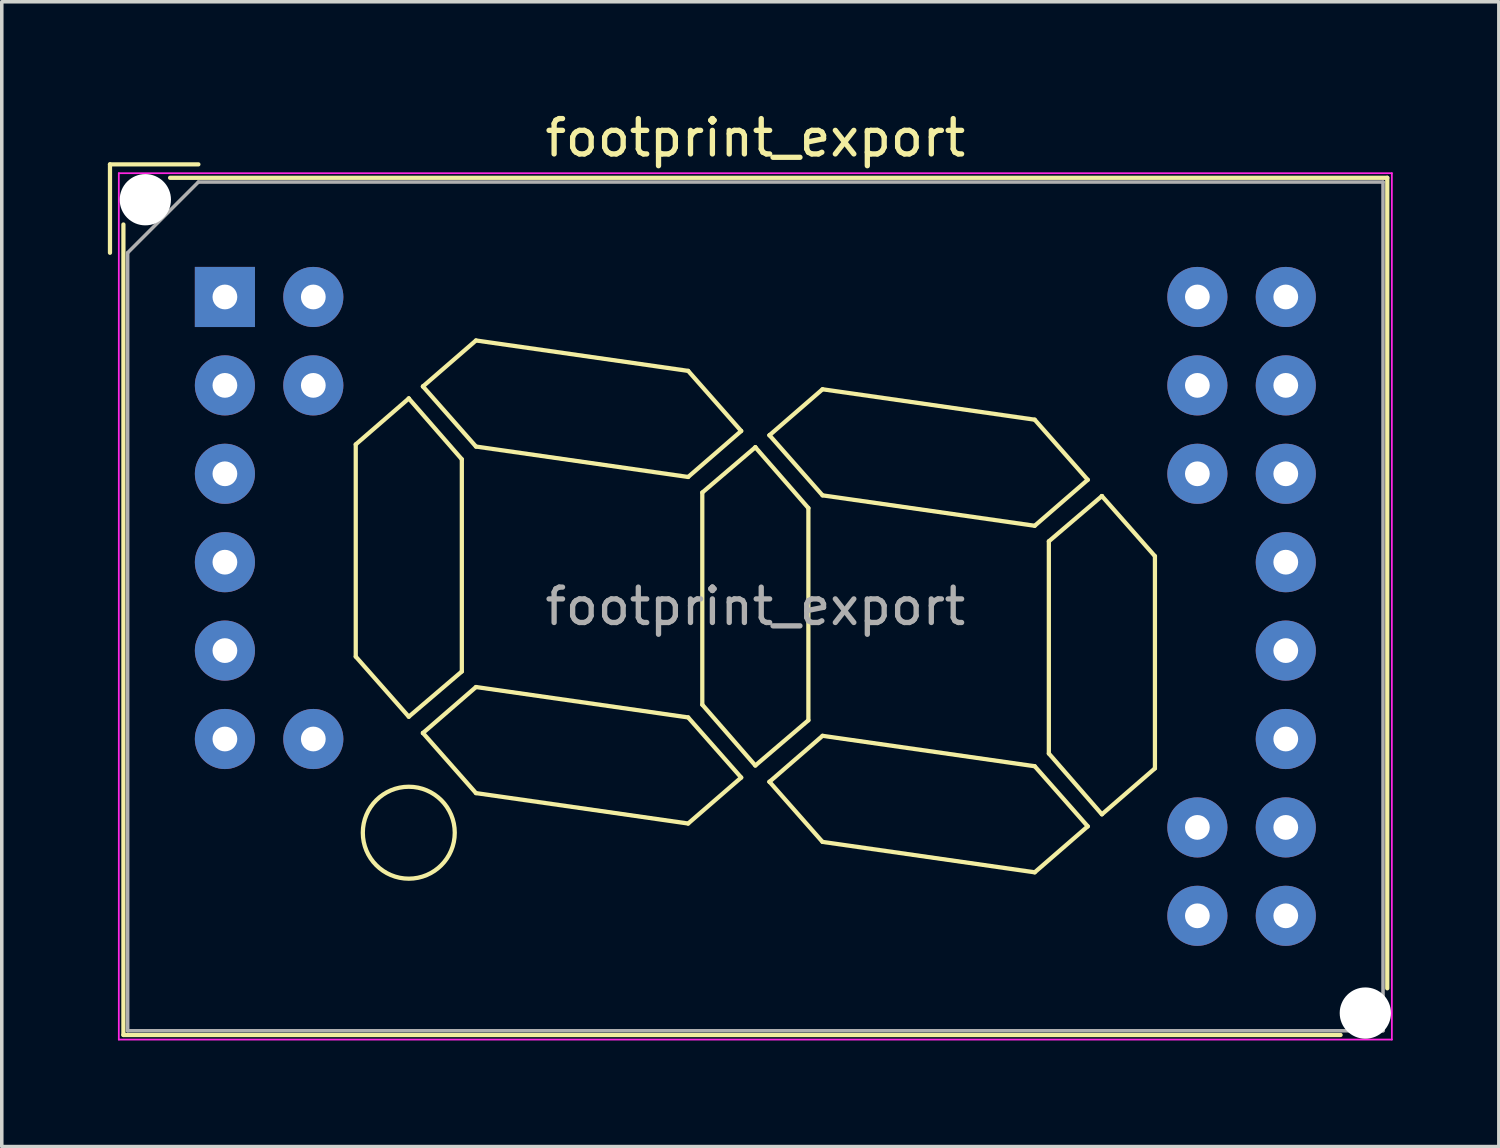
<source format=kicad_pcb>
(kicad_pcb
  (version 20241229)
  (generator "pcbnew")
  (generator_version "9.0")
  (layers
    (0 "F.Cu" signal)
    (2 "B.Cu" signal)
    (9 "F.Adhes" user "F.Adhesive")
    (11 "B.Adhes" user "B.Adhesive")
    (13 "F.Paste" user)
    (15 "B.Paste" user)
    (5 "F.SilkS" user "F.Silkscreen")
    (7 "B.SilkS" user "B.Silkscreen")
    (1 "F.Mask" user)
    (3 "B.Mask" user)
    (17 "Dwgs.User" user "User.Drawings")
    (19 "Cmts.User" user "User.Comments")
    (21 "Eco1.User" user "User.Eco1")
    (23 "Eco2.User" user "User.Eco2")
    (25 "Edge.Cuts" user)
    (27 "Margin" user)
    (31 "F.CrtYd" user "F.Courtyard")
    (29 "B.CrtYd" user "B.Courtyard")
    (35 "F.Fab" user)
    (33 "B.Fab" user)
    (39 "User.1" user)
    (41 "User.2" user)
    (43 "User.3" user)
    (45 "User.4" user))
  (footprint "footprint_export"
    (layer "F.Cu")
    (at 3.31 5.348)
    (property "Reference" "footprint_export" (at 15 -4.5 0) (layer "F.SilkS") (effects (font (size 1 1) (thickness 0.15))))
    (attr through_hole)
    (fp_line (start -3.25 -3.75) (end -0.75 -3.75) (stroke (width 0.12) (type solid)) (layer "F.SilkS"))
    (fp_line (start -3.25 -1.25) (end -3.25 -3.75) (stroke (width 0.12) (type solid)) (layer "F.SilkS"))
    (fp_line (start -2.87 20.87) (end -2.87 -2.05) (stroke (width 0.12) (type solid)) (layer "F.SilkS"))
    (fp_line (start -1.55 -3.37) (end 32.87 -3.37) (stroke (width 0.12) (type solid)) (layer "F.SilkS"))
    (fp_line (start 3.7 4.17) (end 5.2 2.87) (stroke (width 0.12) (type solid)) (layer "F.SilkS"))
    (fp_line (start 3.7 10.17) (end 3.7 4.17) (stroke (width 0.12) (type solid)) (layer "F.SilkS"))
    (fp_line (start 5.2 2.87) (end 5.2 2.87) (stroke (width 0.12) (type solid)) (layer "F.SilkS"))
    (fp_line (start 5.2 2.87) (end 6.7 4.59) (stroke (width 0.12) (type solid)) (layer "F.SilkS"))
    (fp_line (start 5.2 11.87) (end 3.7 10.17) (stroke (width 0.12) (type solid)) (layer "F.SilkS"))
    (fp_line (start 5.6 2.53) (end 5.6 2.53) (stroke (width 0.12) (type solid)) (layer "F.SilkS"))
    (fp_line (start 5.6 2.53) (end 7.1 4.23) (stroke (width 0.12) (type solid)) (layer "F.SilkS"))
    (fp_line (start 5.6 12.33) (end 5.6 12.33) (stroke (width 0.12) (type solid)) (layer "F.SilkS"))
    (fp_line (start 5.6 12.33) (end 7.1 14.03) (stroke (width 0.12) (type solid)) (layer "F.SilkS"))
    (fp_line (start 6.7 4.59) (end 6.7 10.59) (stroke (width 0.12) (type solid)) (layer "F.SilkS"))
    (fp_line (start 6.7 10.59) (end 5.2 11.87) (stroke (width 0.12) (type solid)) (layer "F.SilkS"))
    (fp_line (start 7.1 1.23) (end 5.6 2.53) (stroke (width 0.12) (type solid)) (layer "F.SilkS"))
    (fp_line (start 7.1 4.23) (end 13.1 5.09) (stroke (width 0.12) (type solid)) (layer "F.SilkS"))
    (fp_line (start 7.1 11.03) (end 5.6 12.33) (stroke (width 0.12) (type solid)) (layer "F.SilkS"))
    (fp_line (start 7.1 14.03) (end 13.1 14.89) (stroke (width 0.12) (type solid)) (layer "F.SilkS"))
    (fp_line (start 13.1 2.09) (end 7.1 1.23) (stroke (width 0.12) (type solid)) (layer "F.SilkS"))
    (fp_line (start 13.1 5.09) (end 14.6 3.79) (stroke (width 0.12) (type solid)) (layer "F.SilkS"))
    (fp_line (start 13.1 11.89) (end 7.1 11.03) (stroke (width 0.12) (type solid)) (layer "F.SilkS"))
    (fp_line (start 13.1 14.89) (end 14.6 13.59) (stroke (width 0.12) (type solid)) (layer "F.SilkS"))
    (fp_line (start 13.5 5.53) (end 15 4.25) (stroke (width 0.12) (type solid)) (layer "F.SilkS"))
    (fp_line (start 13.5 11.53) (end 13.5 5.53) (stroke (width 0.12) (type solid)) (layer "F.SilkS"))
    (fp_line (start 14.6 3.79) (end 13.1 2.09) (stroke (width 0.12) (type solid)) (layer "F.SilkS"))
    (fp_line (start 14.6 13.59) (end 13.1 11.89) (stroke (width 0.12) (type solid)) (layer "F.SilkS"))
    (fp_line (start 15 4.25) (end 15 4.25) (stroke (width 0.12) (type solid)) (layer "F.SilkS"))
    (fp_line (start 15 4.25) (end 16.5 5.97) (stroke (width 0.12) (type solid)) (layer "F.SilkS"))
    (fp_line (start 15 13.25) (end 13.5 11.53) (stroke (width 0.12) (type solid)) (layer "F.SilkS"))
    (fp_line (start 15.4 3.91) (end 15.4 3.91) (stroke (width 0.12) (type solid)) (layer "F.SilkS"))
    (fp_line (start 15.4 3.91) (end 16.9 5.61) (stroke (width 0.12) (type solid)) (layer "F.SilkS"))
    (fp_line (start 15.4 13.71) (end 15.4 13.71) (stroke (width 0.12) (type solid)) (layer "F.SilkS"))
    (fp_line (start 15.4 13.71) (end 16.9 15.41) (stroke (width 0.12) (type solid)) (layer "F.SilkS"))
    (fp_line (start 16.5 5.97) (end 16.5 11.97) (stroke (width 0.12) (type solid)) (layer "F.SilkS"))
    (fp_line (start 16.5 11.97) (end 15 13.25) (stroke (width 0.12) (type solid)) (layer "F.SilkS"))
    (fp_line (start 16.9 2.61) (end 15.4 3.91) (stroke (width 0.12) (type solid)) (layer "F.SilkS"))
    (fp_line (start 16.9 5.61) (end 22.9 6.47) (stroke (width 0.12) (type solid)) (layer "F.SilkS"))
    (fp_line (start 16.9 12.41) (end 15.4 13.71) (stroke (width 0.12) (type solid)) (layer "F.SilkS"))
    (fp_line (start 16.9 15.41) (end 22.9 16.27) (stroke (width 0.12) (type solid)) (layer "F.SilkS"))
    (fp_line (start 22.9 3.47) (end 16.9 2.61) (stroke (width 0.12) (type solid)) (layer "F.SilkS"))
    (fp_line (start 22.9 6.47) (end 24.4 5.17) (stroke (width 0.12) (type solid)) (layer "F.SilkS"))
    (fp_line (start 22.9 13.27) (end 16.9 12.41) (stroke (width 0.12) (type solid)) (layer "F.SilkS"))
    (fp_line (start 22.9 16.27) (end 24.4 14.97) (stroke (width 0.12) (type solid)) (layer "F.SilkS"))
    (fp_line (start 23.3 6.91) (end 24.8 5.63) (stroke (width 0.12) (type solid)) (layer "F.SilkS"))
    (fp_line (start 23.3 12.91) (end 23.3 6.91) (stroke (width 0.12) (type solid)) (layer "F.SilkS"))
    (fp_line (start 24.4 5.17) (end 22.9 3.47) (stroke (width 0.12) (type solid)) (layer "F.SilkS"))
    (fp_line (start 24.4 14.97) (end 22.9 13.27) (stroke (width 0.12) (type solid)) (layer "F.SilkS"))
    (fp_line (start 24.8 5.63) (end 24.8 5.63) (stroke (width 0.12) (type solid)) (layer "F.SilkS"))
    (fp_line (start 24.8 5.63) (end 26.3 7.33) (stroke (width 0.12) (type solid)) (layer "F.SilkS"))
    (fp_line (start 24.8 14.63) (end 23.3 12.91) (stroke (width 0.12) (type solid)) (layer "F.SilkS"))
    (fp_line (start 26.3 7.33) (end 26.3 13.33) (stroke (width 0.12) (type solid)) (layer "F.SilkS"))
    (fp_line (start 26.3 13.33) (end 24.8 14.63) (stroke (width 0.12) (type solid)) (layer "F.SilkS"))
    (fp_line (start 31.55 20.87) (end -2.87 20.87) (stroke (width 0.12) (type solid)) (layer "F.SilkS"))
    (fp_line (start 32.87 -3.37) (end 32.87 19.55) (stroke (width 0.12) (type solid)) (layer "F.SilkS"))
    (fp_circle (center 5.2 15.15) (end 6.5 15.15) (stroke (width 0.12) (type solid)) (fill no) (layer "F.SilkS"))
    (fp_line (start -3 -3.5) (end -3 21) (stroke (width 0.05) (type solid)) (layer "F.CrtYd"))
    (fp_line (start -3 21) (end 33 21) (stroke (width 0.05) (type solid)) (layer "F.CrtYd"))
    (fp_line (start 33 -3.5) (end -3 -3.5) (stroke (width 0.05) (type solid)) (layer "F.CrtYd"))
    (fp_line (start 33 21) (end 33 -3.5) (stroke (width 0.05) (type solid)) (layer "F.CrtYd"))
    (fp_line (start -2.75 -1.25) (end -0.75 -3.25) (stroke (width 0.1) (type solid)) (layer "F.Fab"))
    (fp_line (start -2.75 20.75) (end -2.75 -1.25) (stroke (width 0.1) (type solid)) (layer "F.Fab"))
    (fp_line (start -0.75 -3.25) (end 32.75 -3.25) (stroke (width 0.1) (type solid)) (layer "F.Fab"))
    (fp_line (start 32.75 -3.25) (end 32.75 20.75) (stroke (width 0.1) (type solid)) (layer "F.Fab"))
    (fp_line (start 32.75 20.75) (end -2.75 20.75) (stroke (width 0.1) (type solid)) (layer "F.Fab"))
    (fp_text user "${REFERENCE}" (at 15 8.75 0) (layer "F.Fab") (effects (font (size 1 1) (thickness 0.15))))
    (pad "" np_thru_hole circle (at -2.25 -2.75) (size 1.45 1.45) (drill 1.45) (layers "*.Cu" "*.Mask"))
    (pad "" np_thru_hole circle (at 32.25 20.25) (size 1.45 1.45) (drill 1.45) (layers "*.Cu" "*.Mask"))
    (pad "1" thru_hole rect (at 0 0) (size 1.7 1.7) (drill 0.7) (layers "*.Cu" "*.Mask"))
    (pad "2" thru_hole circle (at 0 2.5) (size 1.7 1.7) (drill 0.7) (layers "*.Cu" "*.Mask"))
    (pad "3" thru_hole circle (at 0 5) (size 1.7 1.7) (drill 0.7) (layers "*.Cu" "*.Mask"))
    (pad "4" thru_hole circle (at 0 7.5) (size 1.7 1.7) (drill 0.7) (layers "*.Cu" "*.Mask"))
    (pad "5" thru_hole circle (at 0 10) (size 1.7 1.7) (drill 0.7) (layers "*.Cu" "*.Mask"))
    (pad "6" thru_hole circle (at 0 12.5) (size 1.7 1.7) (drill 0.7) (layers "*.Cu" "*.Mask"))
    (pad "9" thru_hole circle (at 2.5 0) (size 1.7 1.7) (drill 0.7) (layers "*.Cu" "*.Mask"))
    (pad "10" thru_hole circle (at 2.5 2.5) (size 1.7 1.7) (drill 0.7) (layers "*.Cu" "*.Mask"))
    (pad "11" thru_hole circle (at 2.5 12.5) (size 1.7 1.7) (drill 0.7) (layers "*.Cu" "*.Mask"))
    (pad "13" thru_hole circle (at 27.5 0) (size 1.7 1.7) (drill 0.7) (layers "*.Cu" "*.Mask"))
    (pad "14" thru_hole circle (at 27.5 2.5) (size 1.7 1.7) (drill 0.7) (layers "*.Cu" "*.Mask"))
    (pad "15" thru_hole circle (at 27.5 5) (size 1.7 1.7) (drill 0.7) (layers "*.Cu" "*.Mask"))
    (pad "16" thru_hole circle (at 27.5 15) (size 1.7 1.7) (drill 0.7) (layers "*.Cu" "*.Mask"))
    (pad "17" thru_hole circle (at 27.5 17.5) (size 1.7 1.7) (drill 0.7) (layers "*.Cu" "*.Mask"))
    (pad "18" thru_hole circle (at 30 0) (size 1.7 1.7) (drill 0.7) (layers "*.Cu" "*.Mask"))
    (pad "19" thru_hole circle (at 30 2.5) (size 1.7 1.7) (drill 0.7) (layers "*.Cu" "*.Mask"))
    (pad "20" thru_hole circle (at 30 5) (size 1.7 1.7) (drill 0.7) (layers "*.Cu" "*.Mask"))
    (pad "21" thru_hole circle (at 30 7.5) (size 1.7 1.7) (drill 0.7) (layers "*.Cu" "*.Mask"))
    (pad "22" thru_hole circle (at 30 10) (size 1.7 1.7) (drill 0.7) (layers "*.Cu" "*.Mask"))
    (pad "23" thru_hole circle (at 30 12.5) (size 1.7 1.7) (drill 0.7) (layers "*.Cu" "*.Mask"))
    (pad "24" thru_hole circle (at 30 15) (size 1.7 1.7) (drill 0.7) (layers "*.Cu" "*.Mask"))
    (pad "25" thru_hole circle (at 30 17.5) (size 1.7 1.7) (drill 0.7) (layers "*.Cu" "*.Mask")))
  (gr_rect
    (start -3 -3)
    (end 39.335 29.373)
    (stroke (width 0.1) (type default))
    (fill no)
    (layer "Edge.Cuts")))
</source>
